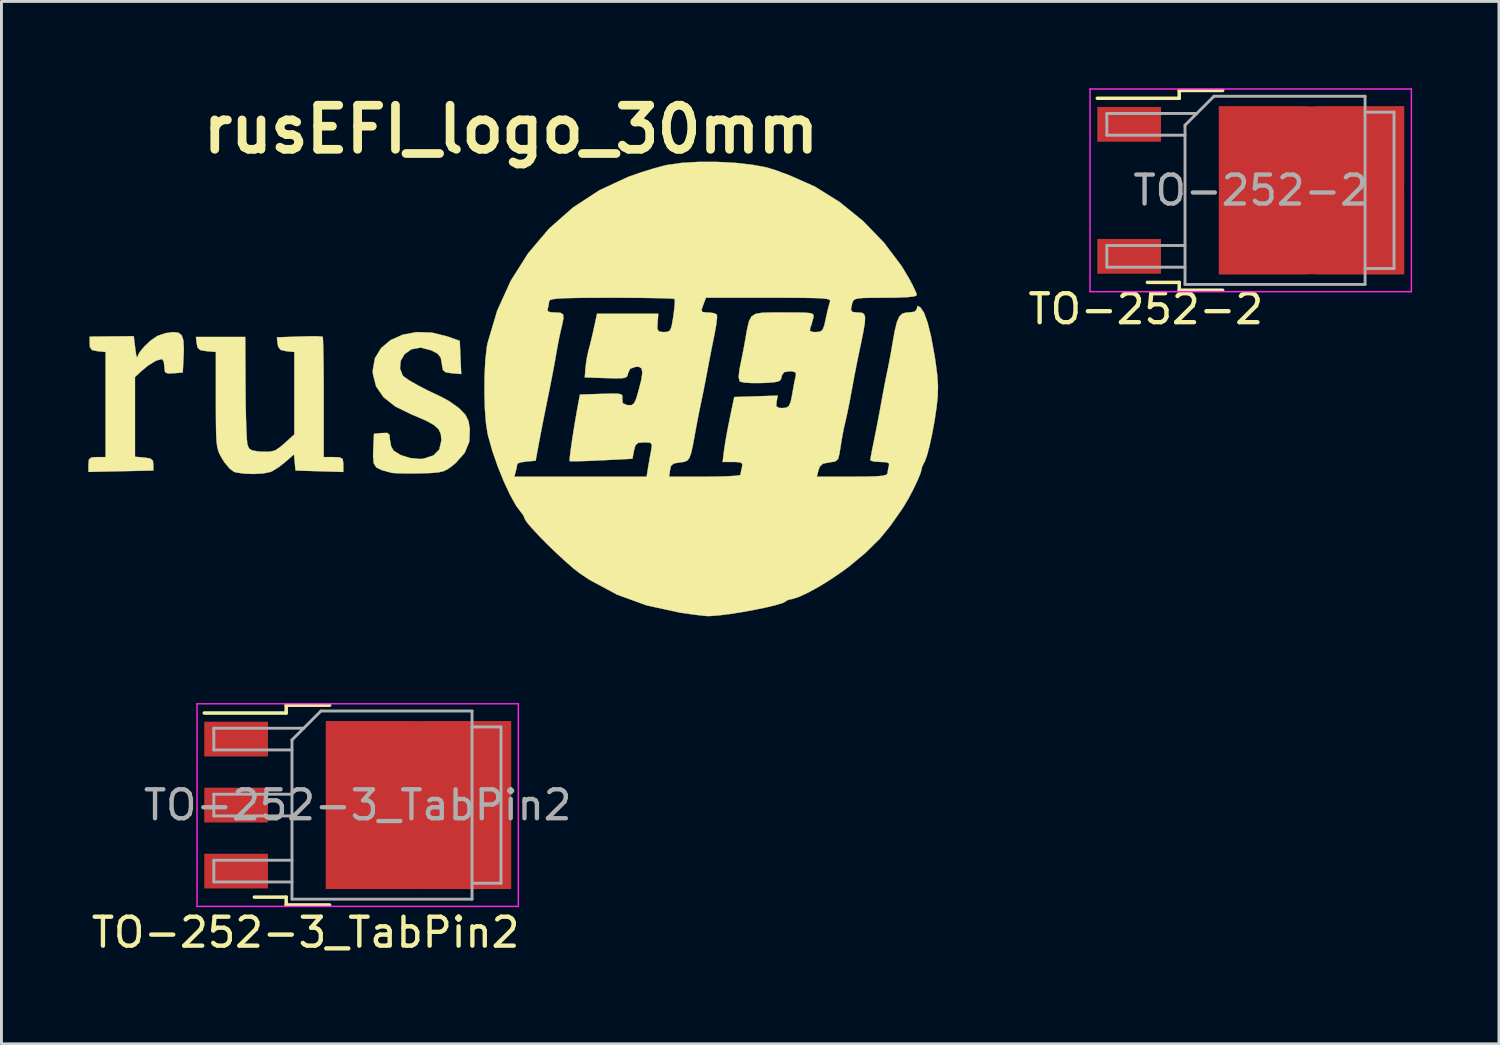
<source format=kicad_pcb>
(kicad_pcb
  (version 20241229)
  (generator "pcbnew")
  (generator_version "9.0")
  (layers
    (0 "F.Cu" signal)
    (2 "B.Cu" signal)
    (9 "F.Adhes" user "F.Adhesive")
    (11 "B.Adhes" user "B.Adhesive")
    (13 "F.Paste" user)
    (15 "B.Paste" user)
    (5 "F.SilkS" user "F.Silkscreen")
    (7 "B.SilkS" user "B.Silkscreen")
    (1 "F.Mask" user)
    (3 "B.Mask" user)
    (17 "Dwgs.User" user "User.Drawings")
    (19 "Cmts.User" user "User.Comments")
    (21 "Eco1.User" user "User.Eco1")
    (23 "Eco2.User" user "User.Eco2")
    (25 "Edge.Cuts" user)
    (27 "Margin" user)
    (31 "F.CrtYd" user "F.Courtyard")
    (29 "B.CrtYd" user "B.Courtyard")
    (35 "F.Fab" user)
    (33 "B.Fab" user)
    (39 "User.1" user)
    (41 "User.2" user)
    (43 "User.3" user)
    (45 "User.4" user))
  (footprint "TO-252-3_TabPin2"
    (layer "F.Cu")
    (at 9.306 24.761)
    (property "Reference" "TO-252-3_TabPin2" (at -1.8 4.4 180) (layer "F.SilkS") (effects (font (size 1 1) (thickness 0.15))))
    (attr smd)
    (fp_line (start -2.47 -3.45) (end -2.47 -3.18) (stroke (width 0.12) (type solid)) (layer "F.SilkS"))
    (fp_line (start -2.47 -3.18) (end -5.3 -3.18) (stroke (width 0.12) (type solid)) (layer "F.SilkS"))
    (fp_line (start -2.47 3.18) (end -3.57 3.18) (stroke (width 0.12) (type solid)) (layer "F.SilkS"))
    (fp_line (start -2.47 3.45) (end -2.47 3.18) (stroke (width 0.12) (type solid)) (layer "F.SilkS"))
    (fp_line (start -0.97 -3.45) (end -2.47 -3.45) (stroke (width 0.12) (type solid)) (layer "F.SilkS"))
    (fp_line (start -0.97 3.45) (end -2.47 3.45) (stroke (width 0.12) (type solid)) (layer "F.SilkS"))
    (fp_line (start -5.55 -3.5) (end -5.55 3.5) (stroke (width 0.05) (type solid)) (layer "F.CrtYd"))
    (fp_line (start -5.55 3.5) (end 5.55 3.5) (stroke (width 0.05) (type solid)) (layer "F.CrtYd"))
    (fp_line (start 5.55 -3.5) (end -5.55 -3.5) (stroke (width 0.05) (type solid)) (layer "F.CrtYd"))
    (fp_line (start 5.55 3.5) (end 5.55 -3.5) (stroke (width 0.05) (type solid)) (layer "F.CrtYd"))
    (fp_line (start -4.97 -2.655) (end -4.97 -1.905) (stroke (width 0.1) (type solid)) (layer "F.Fab"))
    (fp_line (start -4.97 -1.905) (end -2.27 -1.905) (stroke (width 0.1) (type solid)) (layer "F.Fab"))
    (fp_line (start -4.97 -0.375) (end -4.97 0.375) (stroke (width 0.1) (type solid)) (layer "F.Fab"))
    (fp_line (start -4.97 0.375) (end -2.27 0.375) (stroke (width 0.1) (type solid)) (layer "F.Fab"))
    (fp_line (start -4.97 1.905) (end -4.97 2.655) (stroke (width 0.1) (type solid)) (layer "F.Fab"))
    (fp_line (start -4.97 2.655) (end -2.27 2.655) (stroke (width 0.1) (type solid)) (layer "F.Fab"))
    (fp_line (start -2.27 -2.25) (end -1.27 -3.25) (stroke (width 0.1) (type solid)) (layer "F.Fab"))
    (fp_line (start -2.27 -0.375) (end -4.97 -0.375) (stroke (width 0.1) (type solid)) (layer "F.Fab"))
    (fp_line (start -2.27 1.905) (end -4.97 1.905) (stroke (width 0.1) (type solid)) (layer "F.Fab"))
    (fp_line (start -2.27 3.25) (end -2.27 -2.25) (stroke (width 0.1) (type solid)) (layer "F.Fab"))
    (fp_line (start -1.865 -2.655) (end -4.97 -2.655) (stroke (width 0.1) (type solid)) (layer "F.Fab"))
    (fp_line (start -1.27 -3.25) (end 3.95 -3.25) (stroke (width 0.1) (type solid)) (layer "F.Fab"))
    (fp_line (start 3.95 -3.25) (end 3.95 3.25) (stroke (width 0.1) (type solid)) (layer "F.Fab"))
    (fp_line (start 3.95 -2.7) (end 4.95 -2.7) (stroke (width 0.1) (type solid)) (layer "F.Fab"))
    (fp_line (start 3.95 3.25) (end -2.27 3.25) (stroke (width 0.1) (type solid)) (layer "F.Fab"))
    (fp_line (start 4.95 -2.7) (end 4.95 2.7) (stroke (width 0.1) (type solid)) (layer "F.Fab"))
    (fp_line (start 4.95 2.7) (end 3.95 2.7) (stroke (width 0.1) (type solid)) (layer "F.Fab"))
    (fp_text user "${REFERENCE}" (at 0 0 0) (layer "F.Fab") (effects (font (size 1 1) (thickness 0.15))))
    (pad "1" smd rect (at -4.2 -2.28) (size 2.2 1.2) (layers "F.Cu" "F.Mask" "F.Paste"))
    (pad "2" smd rect (at -4.2 0) (size 2.2 1.2) (layers "F.Cu" "F.Mask" "F.Paste"))
    (pad "2" smd rect (at 0.425 -1.525) (size 3.05 2.75) (layers "F.Cu" "F.Paste"))
    (pad "2" smd rect (at 0.425 1.525) (size 3.05 2.75) (layers "F.Cu" "F.Paste"))
    (pad "2" smd rect (at 2.1 0) (size 6.4 5.8) (layers "F.Cu" "F.Mask"))
    (pad "2" smd rect (at 3.775 -1.525) (size 3.05 2.75) (layers "F.Cu" "F.Paste"))
    (pad "2" smd rect (at 3.775 1.525) (size 3.05 2.75) (layers "F.Cu" "F.Paste"))
    (pad "3" smd rect (at -4.2 2.28) (size 2.2 1.2) (layers "F.Cu" "F.Mask" "F.Paste")))
  (footprint "TO-252-2"
    (layer "F.Cu")
    (at 40.155 3.525)
    (property "Reference" "TO-252-2" (at -3.625 4.1 0) (layer "F.SilkS") (effects (font (size 1 1) (thickness 0.15))))
    (attr smd)
    (fp_line (start -2.47 -3.45) (end -2.47 -3.18) (stroke (width 0.12) (type solid)) (layer "F.SilkS"))
    (fp_line (start -2.47 -3.18) (end -5.3 -3.18) (stroke (width 0.12) (type solid)) (layer "F.SilkS"))
    (fp_line (start -2.47 3.18) (end -3.57 3.18) (stroke (width 0.12) (type solid)) (layer "F.SilkS"))
    (fp_line (start -2.47 3.45) (end -2.47 3.18) (stroke (width 0.12) (type solid)) (layer "F.SilkS"))
    (fp_line (start -0.97 -3.45) (end -2.47 -3.45) (stroke (width 0.12) (type solid)) (layer "F.SilkS"))
    (fp_line (start -0.97 3.45) (end -2.47 3.45) (stroke (width 0.12) (type solid)) (layer "F.SilkS"))
    (fp_line (start -5.55 -3.5) (end -5.55 3.5) (stroke (width 0.05) (type solid)) (layer "F.CrtYd"))
    (fp_line (start -5.55 3.5) (end 5.55 3.5) (stroke (width 0.05) (type solid)) (layer "F.CrtYd"))
    (fp_line (start 5.55 -3.5) (end -5.55 -3.5) (stroke (width 0.05) (type solid)) (layer "F.CrtYd"))
    (fp_line (start 5.55 3.5) (end 5.55 -3.5) (stroke (width 0.05) (type solid)) (layer "F.CrtYd"))
    (fp_line (start -4.97 -2.655) (end -4.97 -1.905) (stroke (width 0.1) (type solid)) (layer "F.Fab"))
    (fp_line (start -4.97 -1.905) (end -2.27 -1.905) (stroke (width 0.1) (type solid)) (layer "F.Fab"))
    (fp_line (start -4.97 1.905) (end -4.97 2.655) (stroke (width 0.1) (type solid)) (layer "F.Fab"))
    (fp_line (start -4.97 2.655) (end -2.27 2.655) (stroke (width 0.1) (type solid)) (layer "F.Fab"))
    (fp_line (start -2.27 -2.25) (end -1.27 -3.25) (stroke (width 0.1) (type solid)) (layer "F.Fab"))
    (fp_line (start -2.27 1.905) (end -4.97 1.905) (stroke (width 0.1) (type solid)) (layer "F.Fab"))
    (fp_line (start -2.27 3.25) (end -2.27 -2.25) (stroke (width 0.1) (type solid)) (layer "F.Fab"))
    (fp_line (start -1.865 -2.655) (end -4.97 -2.655) (stroke (width 0.1) (type solid)) (layer "F.Fab"))
    (fp_line (start -1.27 -3.25) (end 3.95 -3.25) (stroke (width 0.1) (type solid)) (layer "F.Fab"))
    (fp_line (start 3.95 -3.25) (end 3.95 3.25) (stroke (width 0.1) (type solid)) (layer "F.Fab"))
    (fp_line (start 3.95 -2.7) (end 4.95 -2.7) (stroke (width 0.1) (type solid)) (layer "F.Fab"))
    (fp_line (start 3.95 3.25) (end -2.27 3.25) (stroke (width 0.1) (type solid)) (layer "F.Fab"))
    (fp_line (start 4.95 -2.7) (end 4.95 2.7) (stroke (width 0.1) (type solid)) (layer "F.Fab"))
    (fp_line (start 4.95 2.7) (end 3.95 2.7) (stroke (width 0.1) (type solid)) (layer "F.Fab"))
    (fp_text user "${REFERENCE}" (at 0 0 0) (layer "F.Fab") (effects (font (size 1 1) (thickness 0.15))))
    (pad "1" smd rect (at -4.2 -2.28) (size 2.2 1.2) (layers "F.Cu" "F.Mask" "F.Paste"))
    (pad "2" smd rect (at 0.425 -1.525) (size 3.05 2.75) (layers "F.Cu" "F.Paste"))
    (pad "2" smd rect (at 0.425 1.525) (size 3.05 2.75) (layers "F.Cu" "F.Paste"))
    (pad "2" smd rect (at 2.1 0) (size 6.4 5.8) (layers "F.Cu" "F.Mask"))
    (pad "2" smd rect (at 3.775 -1.525) (size 3.05 2.75) (layers "F.Cu" "F.Paste"))
    (pad "2" smd rect (at 3.775 1.525) (size 3.05 2.75) (layers "F.Cu" "F.Paste"))
    (pad "3" smd rect (at -4.2 2.28) (size 2.2 1.2) (layers "F.Cu" "F.Mask" "F.Paste")))
  (footprint "rusEFI_logo_30mm"
    (layer "F.Cu")
    (at 14.652 10.368)
    (property "Reference" "rusEFI_logo_30mm" (at -0.05 -8.95 0) (layer "F.SilkS") (effects (font (size 1.524 1.524) (thickness 0.3))))
    (attr through_hole)
    (fp_poly (pts (xy -11.536 -1.924) (xy -11.423 -1.835) (xy -11.365 -1.654) (xy -11.351 -1.352) (xy -11.362 -1.055) (xy -11.388 -0.55) (xy -11.705 -0.524) (xy -11.913 -0.517) (xy -12.002 -0.567) (xy -12.022 -0.71) (xy -12.023 -0.757) (xy -12.048 -0.937) (xy -12.11 -1.016) (xy -12.113 -1.016) (xy -12.314 -0.957) (xy -12.574 -0.799) (xy -12.806 -0.609) (xy -13.039 -0.392) (xy -13.039 2.36) (xy -12.721 2.387) (xy -12.51 2.42) (xy -12.421 2.495) (xy -12.404 2.625) (xy -12.404 2.836) (xy -13.525 2.86) (xy -14.647 2.884) (xy -14.647 2.627) (xy -14.631 2.455) (xy -14.548 2.384) (xy -14.351 2.371) (xy -14.055 2.371) (xy -14.055 -1.259) (xy -14.33 -1.286) (xy -14.521 -1.325) (xy -14.595 -1.423) (xy -14.605 -1.551) (xy -14.605 -1.79) (xy -13.081 -1.805) (xy -13.031 -1.389) (xy -13 -1.173) (xy -12.976 -1.067) (xy -12.967 -1.073) (xy -12.887 -1.24) (xy -12.714 -1.452) (xy -12.493 -1.658) (xy -12.273 -1.809) (xy -12.26 -1.816) (xy -11.984 -1.91) (xy -11.715 -1.947) (xy -11.536 -1.924)) (stroke (width 0.01) (type solid)) (fill yes) (layer "F.SilkS"))
    (fp_poly (pts (xy -6.747 -1.801) (xy -6.583 -1.792) (xy -6.554 -1.785) (xy -6.545 -1.694) (xy -6.536 -1.457) (xy -6.529 -1.098) (xy -6.523 -0.64) (xy -6.52 -0.107) (xy -6.519 0.31) (xy -6.519 2.371) (xy -6.181 2.371) (xy -5.964 2.381) (xy -5.867 2.435) (xy -5.843 2.571) (xy -5.842 2.628) (xy -5.842 2.885) (xy -6.668 2.861) (xy -7.493 2.836) (xy -7.52 2.557) (xy -7.547 2.278) (xy -7.847 2.542) (xy -8.076 2.721) (xy -8.293 2.856) (xy -8.355 2.884) (xy -8.602 2.936) (xy -8.937 2.955) (xy -9.282 2.943) (xy -9.562 2.899) (xy -9.624 2.878) (xy -9.774 2.764) (xy -9.946 2.557) (xy -10.026 2.432) (xy -10.101 2.299) (xy -10.157 2.174) (xy -10.196 2.029) (xy -10.221 1.839) (xy -10.236 1.574) (xy -10.242 1.209) (xy -10.245 0.716) (xy -10.245 0.4) (xy -10.245 -1.26) (xy -10.562 -1.286) (xy -10.776 -1.321) (xy -10.874 -1.404) (xy -10.906 -1.545) (xy -10.933 -1.778) (xy -9.229 -1.778) (xy -9.22 -0.021) (xy -9.215 0.52) (xy -9.205 1.015) (xy -9.191 1.434) (xy -9.175 1.748) (xy -9.157 1.928) (xy -9.153 1.947) (xy -9.097 2.075) (xy -8.988 2.143) (xy -8.777 2.176) (xy -8.659 2.184) (xy -8.389 2.188) (xy -8.2 2.142) (xy -8.014 2.017) (xy -7.879 1.899) (xy -7.535 1.589) (xy -7.535 -1.259) (xy -7.811 -1.286) (xy -8.009 -1.331) (xy -8.094 -1.443) (xy -8.112 -1.539) (xy -8.138 -1.766) (xy -7.364 -1.793) (xy -7.02 -1.801) (xy -6.747 -1.801)) (stroke (width 0.01) (type solid)) (fill yes) (layer "F.SilkS"))
    (fp_poly (pts (xy -2.784 -1.929) (xy -2.244 -1.795) (xy -1.82 -1.644) (xy -1.77 -0.497) (xy -2.092 -0.524) (xy -2.303 -0.555) (xy -2.399 -0.634) (xy -2.435 -0.815) (xy -2.439 -0.857) (xy -2.479 -1.067) (xy -2.586 -1.201) (xy -2.793 -1.312) (xy -3.168 -1.412) (xy -3.496 -1.35) (xy -3.727 -1.183) (xy -3.861 -0.953) (xy -3.884 -0.687) (xy -3.794 -0.454) (xy -3.747 -0.404) (xy -3.566 -0.278) (xy -3.269 -0.108) (xy -2.898 0.083) (xy -2.493 0.275) (xy -2.441 0.298) (xy -2.177 0.445) (xy -1.898 0.643) (xy -1.823 0.705) (xy -1.623 0.911) (xy -1.519 1.125) (xy -1.473 1.397) (xy -1.49 1.84) (xy -1.65 2.226) (xy -1.963 2.579) (xy -2.058 2.658) (xy -2.218 2.778) (xy -2.367 2.855) (xy -2.55 2.899) (xy -2.81 2.922) (xy -3.195 2.934) (xy -3.201 2.934) (xy -3.574 2.938) (xy -3.899 2.933) (xy -4.126 2.921) (xy -4.191 2.911) (xy -4.514 2.822) (xy -4.704 2.727) (xy -4.793 2.583) (xy -4.815 2.349) (xy -4.808 2.126) (xy -4.784 1.566) (xy -4.508 1.54) (xy -4.32 1.536) (xy -4.246 1.605) (xy -4.233 1.767) (xy -4.193 1.993) (xy -4.107 2.146) (xy -3.863 2.301) (xy -3.531 2.405) (xy -3.187 2.437) (xy -3.071 2.426) (xy -2.73 2.314) (xy -2.527 2.108) (xy -2.456 1.8) (xy -2.455 1.778) (xy -2.475 1.574) (xy -2.551 1.41) (xy -2.708 1.266) (xy -2.971 1.119) (xy -3.366 0.948) (xy -3.477 0.903) (xy -4.047 0.624) (xy -4.457 0.3) (xy -4.713 -0.075) (xy -4.821 -0.509) (xy -4.826 -0.627) (xy -4.75 -1.044) (xy -4.537 -1.395) (xy -4.211 -1.669) (xy -3.795 -1.856) (xy -3.311 -1.946) (xy -2.784 -1.929)) (stroke (width 0.01) (type solid)) (fill yes) (layer "F.SilkS"))
    (fp_poly (pts (xy 7.062 -7.826) (xy 7.695 -7.793) (xy 8.284 -7.728) (xy 8.785 -7.634) (xy 9.102 -7.536) (xy 9.298 -7.461) (xy 9.546 -7.371) (xy 9.567 -7.363) (xy 10.445 -6.974) (xy 11.301 -6.44) (xy 12.105 -5.788) (xy 12.829 -5.043) (xy 13.441 -4.231) (xy 13.704 -3.793) (xy 13.842 -3.531) (xy 13.938 -3.324) (xy 13.97 -3.222) (xy 13.887 -3.181) (xy 13.641 -3.152) (xy 13.241 -3.136) (xy 12.879 -3.133) (xy 12.432 -3.131) (xy 12.126 -3.125) (xy 11.932 -3.107) (xy 11.822 -3.075) (xy 11.767 -3.022) (xy 11.738 -2.945) (xy 11.737 -2.942) (xy 11.694 -2.738) (xy 11.733 -2.647) (xy 11.883 -2.625) (xy 11.938 -2.625) (xy 12.065 -2.615) (xy 12.146 -2.571) (xy 12.181 -2.466) (xy 12.174 -2.276) (xy 12.125 -1.975) (xy 12.037 -1.54) (xy 12.015 -1.439) (xy 11.921 -0.985) (xy 11.824 -0.494) (xy 11.742 -0.055) (xy 11.724 0.042) (xy 11.654 0.423) (xy 11.579 0.794) (xy 11.517 1.081) (xy 11.512 1.101) (xy 11.456 1.339) (xy 11.41 1.566) (xy 11.363 1.838) (xy 11.303 2.214) (xy 11.296 2.26) (xy 11.248 2.443) (xy 11.14 2.526) (xy 10.946 2.556) (xy 10.727 2.598) (xy 10.616 2.702) (xy 10.575 2.815) (xy 10.513 3.048) (xy 11.734 3.048) (xy 12.224 3.045) (xy 12.568 3.035) (xy 12.789 3.016) (xy 12.909 2.985) (xy 12.953 2.941) (xy 12.954 2.928) (xy 12.984 2.742) (xy 13.005 2.674) (xy 13.008 2.588) (xy 12.904 2.548) (xy 12.709 2.54) (xy 12.494 2.526) (xy 12.372 2.492) (xy 12.361 2.477) (xy 12.378 2.368) (xy 12.42 2.14) (xy 12.481 1.837) (xy 12.493 1.778) (xy 12.577 1.357) (xy 12.669 0.876) (xy 12.744 0.466) (xy 12.814 0.085) (xy 12.885 -0.286) (xy 12.944 -0.572) (xy 12.949 -0.593) (xy 13.009 -0.89) (xy 13.078 -1.259) (xy 13.123 -1.524) (xy 13.203 -1.976) (xy 13.278 -2.286) (xy 13.36 -2.479) (xy 13.463 -2.582) (xy 13.599 -2.621) (xy 13.68 -2.625) (xy 13.891 -2.65) (xy 13.968 -2.736) (xy 13.97 -2.762) (xy 13.992 -2.852) (xy 14.085 -2.804) (xy 14.097 -2.794) (xy 14.22 -2.61) (xy 14.344 -2.266) (xy 14.465 -1.775) (xy 14.58 -1.146) (xy 14.613 -0.935) (xy 14.675 -0.458) (xy 14.7 -0.075) (xy 14.69 0.283) (xy 14.648 0.674) (xy 14.578 1.138) (xy 14.494 1.59) (xy 14.405 1.997) (xy 14.318 2.322) (xy 14.242 2.53) (xy 14.213 2.578) (xy 14.142 2.733) (xy 14.139 2.766) (xy 14.099 2.922) (xy 13.994 3.178) (xy 13.846 3.488) (xy 13.678 3.808) (xy 13.51 4.09) (xy 13.443 4.191) (xy 13.267 4.443) (xy 13.105 4.675) (xy 13.059 4.74) (xy 12.683 5.2) (xy 12.186 5.688) (xy 11.603 6.171) (xy 11.434 6.296) (xy 11.023 6.579) (xy 10.607 6.837) (xy 10.219 7.051) (xy 9.892 7.203) (xy 9.658 7.277) (xy 9.612 7.281) (xy 9.476 7.324) (xy 9.45 7.351) (xy 9.341 7.41) (xy 9.099 7.484) (xy 8.759 7.566) (xy 8.357 7.649) (xy 7.928 7.727) (xy 7.506 7.793) (xy 7.127 7.84) (xy 6.826 7.863) (xy 6.715 7.863) (xy 6.521 7.844) (xy 6.217 7.806) (xy 5.86 7.755) (xy 5.757 7.739) (xy 4.64 7.496) (xy 3.619 7.125) (xy 2.668 6.615) (xy 2.328 6.389) (xy 2.103 6.214) (xy 1.824 5.97) (xy 1.515 5.685) (xy 1.202 5.382) (xy 0.912 5.087) (xy 0.668 4.825) (xy 0.497 4.622) (xy 0.424 4.503) (xy 0.423 4.495) (xy 0.37 4.372) (xy 0.314 4.303) (xy 0.126 4.051) (xy -0.085 3.672) (xy -0.303 3.204) (xy -0.366 3.048) (xy 0.065 3.048) (xy 4.635 3.048) (xy 5.413 3.048) (xy 6.643 3.048) (xy 7.078 3.044) (xy 7.446 3.033) (xy 7.716 3.016) (xy 7.86 2.994) (xy 7.875 2.985) (xy 7.896 2.86) (xy 7.927 2.731) (xy 7.944 2.611) (xy 7.882 2.556) (xy 7.702 2.54) (xy 7.619 2.54) (xy 7.26 2.54) (xy 7.31 2.138) (xy 7.352 1.86) (xy 7.417 1.489) (xy 7.495 1.095) (xy 7.511 1.016) (xy 7.662 0.296) (xy 8.414 0.272) (xy 9.165 0.247) (xy 9.124 0.462) (xy 9.116 0.617) (xy 9.208 0.672) (xy 9.319 0.677) (xy 9.459 0.665) (xy 9.55 0.603) (xy 9.612 0.458) (xy 9.666 0.194) (xy 9.691 0.042) (xy 9.737 -0.214) (xy 9.782 -0.416) (xy 9.789 -0.445) (xy 9.786 -0.551) (xy 9.666 -0.59) (xy 9.579 -0.593) (xy 9.387 -0.563) (xy 9.307 -0.449) (xy 9.298 -0.402) (xy 9.272 -0.306) (xy 9.202 -0.247) (xy 9.052 -0.214) (xy 8.787 -0.194) (xy 8.602 -0.187) (xy 8.276 -0.185) (xy 8.014 -0.202) (xy 7.864 -0.234) (xy 7.851 -0.243) (xy 7.813 -0.389) (xy 7.844 -0.669) (xy 7.858 -0.734) (xy 7.922 -1.048) (xy 7.996 -1.43) (xy 8.044 -1.693) (xy 8.109 -2.065) (xy 8.171 -2.322) (xy 8.258 -2.486) (xy 8.401 -2.577) (xy 8.629 -2.616) (xy 8.972 -2.625) (xy 9.364 -2.625) (xy 9.805 -2.624) (xy 10.103 -2.618) (xy 10.285 -2.602) (xy 10.376 -2.571) (xy 10.404 -2.521) (xy 10.395 -2.446) (xy 10.392 -2.434) (xy 10.331 -2.21) (xy 10.289 -2.095) (xy 10.274 -1.99) (xy 10.375 -1.951) (xy 10.478 -1.947) (xy 10.626 -1.96) (xy 10.715 -2.027) (xy 10.775 -2.189) (xy 10.819 -2.392) (xy 10.881 -2.674) (xy 10.941 -2.903) (xy 10.967 -2.985) (xy 10.975 -3.03) (xy 10.948 -3.065) (xy 10.867 -3.091) (xy 10.713 -3.109) (xy 10.469 -3.121) (xy 10.114 -3.128) (xy 9.631 -3.132) (xy 9.001 -3.133) (xy 8.855 -3.133) (xy 6.684 -3.133) (xy 6.602 -2.915) (xy 6.535 -2.724) (xy 6.555 -2.643) (xy 6.687 -2.625) (xy 6.768 -2.625) (xy 6.961 -2.602) (xy 7.063 -2.551) (xy 7.068 -2.438) (xy 7.041 -2.207) (xy 6.987 -1.904) (xy 6.977 -1.853) (xy 6.89 -1.425) (xy 6.796 -0.946) (xy 6.73 -0.593) (xy 6.657 -0.209) (xy 6.581 0.175) (xy 6.52 0.466) (xy 6.457 0.768) (xy 6.382 1.154) (xy 6.311 1.538) (xy 6.235 1.957) (xy 6.172 2.238) (xy 6.108 2.41) (xy 6.027 2.501) (xy 5.914 2.541) (xy 5.781 2.556) (xy 5.571 2.593) (xy 5.474 2.684) (xy 5.444 2.815) (xy 5.413 3.048) (xy 4.635 3.048) (xy 4.686 2.731) (xy 4.737 2.431) (xy 4.79 2.145) (xy 4.792 2.138) (xy 4.818 1.954) (xy 4.767 1.878) (xy 4.596 1.863) (xy 4.55 1.863) (xy 4.345 1.88) (xy 4.248 1.966) (xy 4.199 2.146) (xy 4.146 2.429) (xy 3.074 2.484) (xy 2.667 2.502) (xy 2.327 2.514) (xy 2.086 2.517) (xy 1.977 2.512) (xy 1.975 2.511) (xy 1.976 2.421) (xy 2.002 2.2) (xy 2.046 1.883) (xy 2.104 1.504) (xy 2.17 1.098) (xy 2.239 0.702) (xy 2.267 0.55) (xy 2.331 0.212) (xy 3.076 0.187) (xy 3.432 0.177) (xy 3.65 0.181) (xy 3.762 0.206) (xy 3.8 0.259) (xy 3.796 0.349) (xy 3.795 0.356) (xy 3.81 0.506) (xy 3.941 0.569) (xy 3.988 0.576) (xy 4.114 0.576) (xy 4.2 0.515) (xy 4.272 0.358) (xy 4.348 0.105) (xy 4.449 -0.288) (xy 4.487 -0.545) (xy 4.461 -0.69) (xy 4.367 -0.747) (xy 4.255 -0.746) (xy 4.064 -0.677) (xy 3.994 -0.526) (xy 3.972 -0.433) (xy 3.916 -0.378) (xy 3.791 -0.352) (xy 3.563 -0.347) (xy 3.232 -0.357) (xy 2.498 -0.381) (xy 2.524 -0.72) (xy 2.562 -1.015) (xy 2.62 -1.287) (xy 2.627 -1.312) (xy 2.687 -1.537) (xy 2.761 -1.846) (xy 2.812 -2.074) (xy 2.921 -2.582) (xy 5.038 -2.582) (xy 5.013 -2.265) (xy 5.007 -2.057) (xy 5.057 -1.968) (xy 5.197 -1.948) (xy 5.232 -1.947) (xy 5.363 -1.957) (xy 5.444 -2.01) (xy 5.497 -2.146) (xy 5.543 -2.4) (xy 5.558 -2.5) (xy 5.594 -2.787) (xy 5.609 -3) (xy 5.6 -3.092) (xy 5.508 -3.103) (xy 5.269 -3.113) (xy 4.908 -3.121) (xy 4.446 -3.128) (xy 3.907 -3.132) (xy 3.415 -3.133) (xy 2.744 -3.131) (xy 2.225 -3.127) (xy 1.839 -3.118) (xy 1.568 -3.104) (xy 1.395 -3.083) (xy 1.302 -3.055) (xy 1.271 -3.019) (xy 1.27 -3.013) (xy 1.24 -2.826) (xy 1.219 -2.759) (xy 1.217 -2.668) (xy 1.33 -2.63) (xy 1.473 -2.625) (xy 1.658 -2.614) (xy 1.75 -2.557) (xy 1.762 -2.418) (xy 1.709 -2.161) (xy 1.687 -2.074) (xy 1.622 -1.786) (xy 1.554 -1.436) (xy 1.525 -1.27) (xy 1.459 -0.889) (xy 1.364 -0.387) (xy 1.237 0.252) (xy 1.1 0.931) (xy 1.042 1.219) (xy 0.971 1.587) (xy 0.911 1.905) (xy 0.801 2.498) (xy 0.485 2.524) (xy 0.281 2.555) (xy 0.173 2.598) (xy 0.168 2.609) (xy 0.147 2.729) (xy 0.116 2.857) (xy 0.065 3.048) (xy -0.366 3.048) (xy -0.513 2.684) (xy -0.698 2.149) (xy -0.841 1.638) (xy -0.858 1.566) (xy -0.916 1.188) (xy -0.953 0.694) (xy -0.969 0.135) (xy -0.964 -0.436) (xy -0.937 -0.968) (xy -0.889 -1.408) (xy -0.86 -1.566) (xy -0.529 -2.682) (xy -0.059 -3.719) (xy 0.54 -4.667) (xy 1.257 -5.513) (xy 2.083 -6.244) (xy 3.007 -6.849) (xy 4.002 -7.31) (xy 4.418 -7.456) (xy 4.85 -7.591) (xy 5.225 -7.693) (xy 5.334 -7.718) (xy 5.838 -7.791) (xy 6.428 -7.826) (xy 7.062 -7.826)) (stroke (width 0.01) (type solid)) (fill yes) (layer "F.SilkS")))
  (gr_rect
    (start -3 -3)
    (end 48.73 33.009)
    (stroke (width 0.1) (type default))
    (fill no)
    (layer "Edge.Cuts")))
</source>
